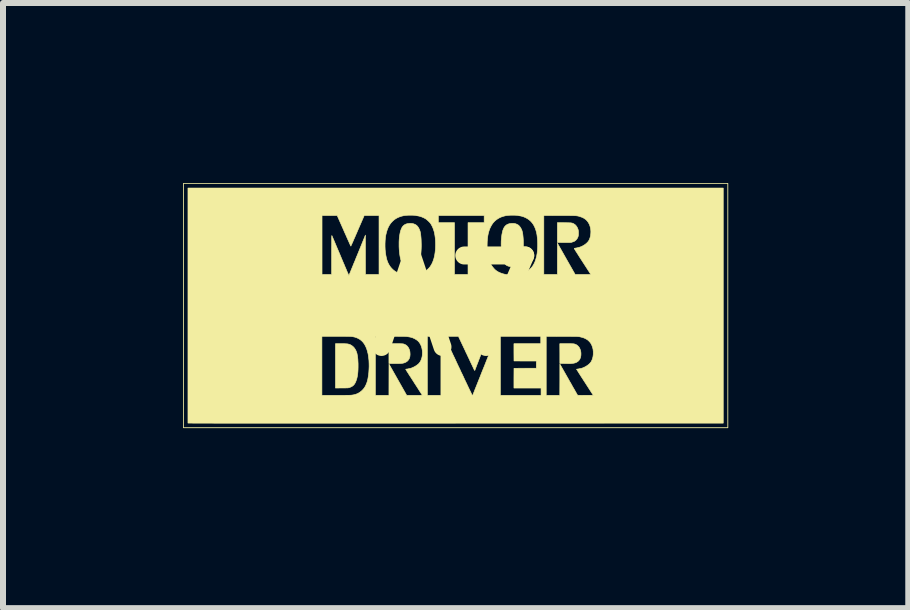
<source format=kicad_pcb>
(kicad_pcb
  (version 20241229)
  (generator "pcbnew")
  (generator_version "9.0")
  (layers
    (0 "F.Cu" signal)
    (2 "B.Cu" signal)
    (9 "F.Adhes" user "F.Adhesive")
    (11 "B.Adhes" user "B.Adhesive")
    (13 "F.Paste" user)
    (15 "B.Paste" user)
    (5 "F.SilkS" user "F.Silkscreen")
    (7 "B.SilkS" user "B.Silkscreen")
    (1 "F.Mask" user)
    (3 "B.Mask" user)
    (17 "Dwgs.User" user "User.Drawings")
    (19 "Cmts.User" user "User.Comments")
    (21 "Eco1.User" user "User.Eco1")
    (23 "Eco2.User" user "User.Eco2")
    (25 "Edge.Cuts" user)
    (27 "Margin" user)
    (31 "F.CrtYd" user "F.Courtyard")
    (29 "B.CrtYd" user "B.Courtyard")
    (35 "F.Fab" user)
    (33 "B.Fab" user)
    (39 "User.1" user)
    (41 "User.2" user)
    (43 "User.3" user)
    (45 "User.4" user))
  (footprint "A7"
    (layer "F.Cu")
    (at 4.541 2.042)
    (property "Reference" "A7" (at 0 0 0) (layer "F.SilkS") (effects (font (size 1.524 1.524) (thickness 0.3))))
    (attr through_hole)
    (fp_poly (pts (xy 4.539 2.037) (xy -4.536 2.037) (xy -4.536 -2.034) (xy -4.533 -2.034) (xy -4.533 2.034) (xy 4.536 2.034) (xy 4.536 -2.034) (xy -4.533 -2.034) (xy -4.536 -2.034) (xy -4.536 -2.037) (xy 4.539 -2.037) (xy 4.539 2.037)) (stroke (width 0.01) (type solid)) (fill yes) (layer "F.SilkS"))
    (fp_poly (pts (xy -0.997 0.635) (xy -0.969 0.635) (xy -0.945 0.635) (xy -0.926 0.635) (xy -0.91 0.636) (xy -0.897 0.636) (xy -0.887 0.637) (xy -0.879 0.637) (xy -0.873 0.638) (xy -0.869 0.639) (xy -0.845 0.647) (xy -0.823 0.66) (xy -0.804 0.676) (xy -0.788 0.697) (xy -0.775 0.721) (xy -0.765 0.748) (xy -0.764 0.75) (xy -0.761 0.766) (xy -0.759 0.784) (xy -0.758 0.804) (xy -0.758 0.823) (xy -0.76 0.841) (xy -0.762 0.856) (xy -0.763 0.858) (xy -0.772 0.884) (xy -0.785 0.906) (xy -0.802 0.925) (xy -0.823 0.94) (xy -0.847 0.952) (xy -0.875 0.96) (xy -0.877 0.96) (xy -0.887 0.962) (xy -0.9 0.963) (xy -0.914 0.965) (xy -0.931 0.965) (xy -0.951 0.966) (xy -0.975 0.966) (xy -1.002 0.966) (xy -1.034 0.966) (xy -1.039 0.966) (xy -1.11 0.965) (xy -1.11 0.635) (xy -0.997 0.635)) (stroke (width 0.01) (type solid)) (fill yes) (layer "F.SilkS"))
    (fp_poly (pts (xy 1.85 0.635) (xy 1.878 0.635) (xy 1.902 0.635) (xy 1.922 0.635) (xy 1.938 0.636) (xy 1.95 0.636) (xy 1.961 0.637) (xy 1.968 0.637) (xy 1.974 0.638) (xy 1.978 0.639) (xy 2.002 0.647) (xy 2.024 0.659) (xy 2.043 0.676) (xy 2.06 0.696) (xy 2.072 0.719) (xy 2.082 0.745) (xy 2.088 0.774) (xy 2.09 0.806) (xy 2.09 0.807) (xy 2.088 0.838) (xy 2.082 0.865) (xy 2.073 0.889) (xy 2.059 0.91) (xy 2.042 0.928) (xy 2.02 0.943) (xy 1.995 0.954) (xy 1.983 0.957) (xy 1.972 0.96) (xy 1.957 0.962) (xy 1.94 0.964) (xy 1.923 0.966) (xy 1.907 0.967) (xy 1.893 0.967) (xy 1.89 0.967) (xy 1.884 0.967) (xy 1.874 0.967) (xy 1.861 0.966) (xy 1.845 0.966) (xy 1.827 0.966) (xy 1.808 0.965) (xy 1.738 0.964) (xy 1.738 0.799) (xy 1.737 0.635) (xy 1.85 0.635)) (stroke (width 0.01) (type solid)) (fill yes) (layer "F.SilkS"))
    (fp_poly (pts (xy 1.81 -1.381) (xy 1.839 -1.381) (xy 1.863 -1.38) (xy 1.883 -1.38) (xy 1.9 -1.379) (xy 1.914 -1.379) (xy 1.925 -1.378) (xy 1.934 -1.376) (xy 1.942 -1.375) (xy 1.949 -1.372) (xy 1.956 -1.37) (xy 1.963 -1.367) (xy 1.97 -1.363) (xy 1.971 -1.362) (xy 1.99 -1.35) (xy 2.007 -1.333) (xy 2.022 -1.312) (xy 2.034 -1.289) (xy 2.043 -1.264) (xy 2.044 -1.261) (xy 2.046 -1.247) (xy 2.048 -1.231) (xy 2.048 -1.212) (xy 2.048 -1.194) (xy 2.047 -1.176) (xy 2.045 -1.162) (xy 2.044 -1.156) (xy 2.035 -1.131) (xy 2.022 -1.11) (xy 2.008 -1.093) (xy 1.995 -1.082) (xy 1.983 -1.073) (xy 1.968 -1.066) (xy 1.95 -1.06) (xy 1.944 -1.058) (xy 1.936 -1.055) (xy 1.929 -1.053) (xy 1.921 -1.052) (xy 1.913 -1.051) (xy 1.902 -1.051) (xy 1.889 -1.05) (xy 1.871 -1.05) (xy 1.871 -1.05) (xy 1.852 -1.05) (xy 1.83 -1.05) (xy 1.807 -1.05) (xy 1.783 -1.05) (xy 1.762 -1.051) (xy 1.758 -1.051) (xy 1.697 -1.052) (xy 1.697 -1.382) (xy 1.81 -1.381)) (stroke (width 0.01) (type solid)) (fill yes) (layer "F.SilkS"))
    (fp_poly (pts (xy -1.882 0.635) (xy -1.858 0.635) (xy -1.837 0.636) (xy -1.82 0.637) (xy -1.805 0.638) (xy -1.792 0.64) (xy -1.781 0.643) (xy -1.77 0.646) (xy -1.76 0.65) (xy -1.754 0.652) (xy -1.731 0.665) (xy -1.709 0.682) (xy -1.689 0.703) (xy -1.672 0.728) (xy -1.657 0.756) (xy -1.646 0.786) (xy -1.642 0.8) (xy -1.637 0.827) (xy -1.632 0.858) (xy -1.628 0.893) (xy -1.626 0.93) (xy -1.624 0.968) (xy -1.624 1.007) (xy -1.624 1.027) (xy -1.625 1.067) (xy -1.627 1.103) (xy -1.63 1.134) (xy -1.634 1.163) (xy -1.639 1.19) (xy -1.645 1.215) (xy -1.647 1.223) (xy -1.658 1.255) (xy -1.669 1.282) (xy -1.682 1.305) (xy -1.697 1.324) (xy -1.715 1.34) (xy -1.735 1.352) (xy -1.758 1.362) (xy -1.77 1.367) (xy -1.775 1.368) (xy -1.78 1.369) (xy -1.785 1.37) (xy -1.791 1.371) (xy -1.799 1.372) (xy -1.809 1.372) (xy -1.821 1.372) (xy -1.836 1.373) (xy -1.855 1.373) (xy -1.878 1.373) (xy -1.895 1.373) (xy -2.001 1.374) (xy -2.001 0.635) (xy -1.911 0.635) (xy -1.882 0.635)) (stroke (width 0.01) (type solid)) (fill yes) (layer "F.SilkS"))
    (fp_poly (pts (xy 0.968 -1.369) (xy 0.984 -1.367) (xy 0.99 -1.366) (xy 1.005 -1.362) (xy 1.021 -1.355) (xy 1.037 -1.347) (xy 1.051 -1.338) (xy 1.057 -1.332) (xy 1.072 -1.315) (xy 1.086 -1.294) (xy 1.099 -1.27) (xy 1.109 -1.244) (xy 1.112 -1.231) (xy 1.117 -1.211) (xy 1.121 -1.186) (xy 1.124 -1.157) (xy 1.127 -1.125) (xy 1.129 -1.091) (xy 1.13 -1.056) (xy 1.13 -1.02) (xy 1.13 -0.983) (xy 1.129 -0.947) (xy 1.128 -0.913) (xy 1.126 -0.88) (xy 1.123 -0.849) (xy 1.119 -0.822) (xy 1.115 -0.799) (xy 1.112 -0.787) (xy 1.104 -0.764) (xy 1.094 -0.74) (xy 1.081 -0.719) (xy 1.068 -0.7) (xy 1.053 -0.684) (xy 1.052 -0.683) (xy 1.037 -0.672) (xy 1.018 -0.662) (xy 0.997 -0.655) (xy 0.985 -0.651) (xy 0.966 -0.649) (xy 0.945 -0.648) (xy 0.925 -0.648) (xy 0.906 -0.65) (xy 0.892 -0.653) (xy 0.867 -0.662) (xy 0.844 -0.674) (xy 0.826 -0.691) (xy 0.81 -0.71) (xy 0.799 -0.734) (xy 0.798 -0.736) (xy 0.791 -0.76) (xy 0.784 -0.788) (xy 0.777 -0.82) (xy 0.772 -0.855) (xy 0.767 -0.892) (xy 0.766 -0.904) (xy 0.762 -0.964) (xy 0.76 -1.022) (xy 0.761 -1.078) (xy 0.766 -1.132) (xy 0.772 -1.182) (xy 0.782 -1.229) (xy 0.788 -1.253) (xy 0.799 -1.281) (xy 0.812 -1.306) (xy 0.828 -1.326) (xy 0.847 -1.343) (xy 0.869 -1.355) (xy 0.894 -1.364) (xy 0.899 -1.365) (xy 0.913 -1.367) (xy 0.931 -1.369) (xy 0.95 -1.369) (xy 0.968 -1.369)) (stroke (width 0.01) (type solid)) (fill yes) (layer "F.SilkS"))
    (fp_poly (pts (xy -0.729 -1.368) (xy -0.714 -1.366) (xy -0.698 -1.362) (xy -0.681 -1.355) (xy -0.664 -1.347) (xy -0.65 -1.337) (xy -0.644 -1.332) (xy -0.629 -1.315) (xy -0.615 -1.294) (xy -0.603 -1.27) (xy -0.593 -1.244) (xy -0.589 -1.231) (xy -0.585 -1.211) (xy -0.581 -1.186) (xy -0.578 -1.157) (xy -0.575 -1.126) (xy -0.573 -1.092) (xy -0.572 -1.057) (xy -0.571 -1.021) (xy -0.571 -0.984) (xy -0.572 -0.949) (xy -0.574 -0.914) (xy -0.576 -0.881) (xy -0.579 -0.851) (xy -0.582 -0.824) (xy -0.586 -0.8) (xy -0.589 -0.787) (xy -0.598 -0.763) (xy -0.608 -0.74) (xy -0.621 -0.718) (xy -0.635 -0.699) (xy -0.649 -0.684) (xy -0.649 -0.683) (xy -0.665 -0.672) (xy -0.684 -0.662) (xy -0.704 -0.655) (xy -0.717 -0.651) (xy -0.736 -0.649) (xy -0.756 -0.648) (xy -0.777 -0.648) (xy -0.796 -0.65) (xy -0.809 -0.653) (xy -0.835 -0.662) (xy -0.857 -0.674) (xy -0.876 -0.69) (xy -0.891 -0.71) (xy -0.897 -0.722) (xy -0.906 -0.743) (xy -0.914 -0.769) (xy -0.921 -0.799) (xy -0.927 -0.832) (xy -0.932 -0.867) (xy -0.936 -0.904) (xy -0.939 -0.943) (xy -0.941 -0.983) (xy -0.941 -1.022) (xy -0.941 -1.061) (xy -0.939 -1.099) (xy -0.936 -1.136) (xy -0.933 -1.157) (xy -0.927 -1.196) (xy -0.92 -1.229) (xy -0.911 -1.259) (xy -0.901 -1.284) (xy -0.89 -1.306) (xy -0.876 -1.324) (xy -0.861 -1.338) (xy -0.844 -1.35) (xy -0.824 -1.359) (xy -0.803 -1.365) (xy -0.787 -1.367) (xy -0.768 -1.369) (xy -0.748 -1.369) (xy -0.729 -1.368)) (stroke (width 0.01) (type solid)) (fill yes) (layer "F.SilkS"))
    (fp_poly (pts (xy 4.461 1.959) (xy 0.002 1.96) (xy -0.186 1.96) (xy -0.369 1.96) (xy -0.547 1.96) (xy -0.72 1.96) (xy -0.888 1.96) (xy -1.051 1.96) (xy -1.21 1.96) (xy -1.364 1.96) (xy -1.513 1.96) (xy -1.658 1.96) (xy -1.799 1.96) (xy -1.935 1.96) (xy -2.066 1.96) (xy -2.194 1.96) (xy -2.317 1.96) (xy -2.436 1.96) (xy -2.55 1.96) (xy -2.661 1.96) (xy -2.768 1.96) (xy -2.871 1.96) (xy -2.97 1.96) (xy -3.065 1.96) (xy -3.156 1.96) (xy -3.244 1.96) (xy -3.328 1.96) (xy -3.408 1.96) (xy -3.485 1.96) (xy -3.559 1.96) (xy -3.629 1.96) (xy -3.695 1.96) (xy -3.759 1.96) (xy -3.819 1.96) (xy -3.876 1.96) (xy -3.93 1.96) (xy -3.981 1.96) (xy -4.029 1.96) (xy -4.075 1.959) (xy -4.117 1.959) (xy -4.156 1.959) (xy -4.193 1.959) (xy -4.227 1.959) (xy -4.259 1.959) (xy -4.287 1.959) (xy -4.314 1.959) (xy -4.338 1.959) (xy -4.359 1.959) (xy -4.379 1.959) (xy -4.396 1.958) (xy -4.411 1.958) (xy -4.423 1.958) (xy -4.434 1.958) (xy -4.443 1.958) (xy -4.45 1.958) (xy -4.454 1.958) (xy -4.457 1.958) (xy -4.459 1.958) (xy -4.459 1.958) (xy -4.459 1.955) (xy -4.459 1.947) (xy -4.459 1.935) (xy -4.459 1.918) (xy -4.459 1.896) (xy -4.459 1.87) (xy -4.459 1.839) (xy -4.459 1.804) (xy -4.459 1.765) (xy -4.459 1.722) (xy -4.459 1.676) (xy -4.459 1.625) (xy -4.459 1.571) (xy -4.459 1.514) (xy -4.459 1.496) (xy -2.227 1.496) (xy -1.991 1.496) (xy -1.948 1.496) (xy -1.911 1.496) (xy -1.878 1.496) (xy -1.85 1.496) (xy -1.825 1.495) (xy -1.803 1.495) (xy -1.785 1.495) (xy -1.77 1.495) (xy -1.757 1.494) (xy -1.747 1.494) (xy -1.739 1.493) (xy -1.732 1.493) (xy -1.727 1.492) (xy -1.692 1.486) (xy -1.66 1.477) (xy -1.63 1.465) (xy -1.602 1.449) (xy -1.593 1.443) (xy -1.566 1.422) (xy -1.543 1.399) (xy -1.522 1.374) (xy -1.504 1.345) (xy -1.489 1.313) (xy -1.475 1.277) (xy -1.464 1.237) (xy -1.457 1.2) (xy -1.45 1.156) (xy -1.445 1.109) (xy -1.442 1.06) (xy -1.44 1.011) (xy -1.441 0.962) (xy -1.443 0.914) (xy -1.448 0.868) (xy -1.454 0.825) (xy -1.458 0.803) (xy -1.47 0.756) (xy -1.483 0.714) (xy -1.5 0.676) (xy -1.518 0.643) (xy -1.54 0.613) (xy -1.564 0.588) (xy -1.591 0.566) (xy -1.621 0.548) (xy -1.653 0.534) (xy -1.685 0.524) (xy -1.692 0.523) (xy -1.7 0.521) (xy -1.707 0.52) (xy -1.715 0.518) (xy -1.723 0.517) (xy -1.733 0.516) (xy -1.744 0.515) (xy -1.757 0.515) (xy -1.772 0.514) (xy -1.789 0.514) (xy -1.809 0.514) (xy -1.833 0.513) (xy -1.859 0.513) (xy -1.89 0.513) (xy -1.925 0.513) (xy -1.965 0.513) (xy -1.991 0.513) (xy -2.227 0.513) (xy -1.336 0.513) (xy -1.336 1.496) (xy -1.11 1.496) (xy -1.109 0.975) (xy -0.961 1.236) (xy -0.814 1.496) (xy -0.684 1.496) (xy -0.659 1.496) (xy -0.635 1.496) (xy -0.614 1.496) (xy -0.595 1.496) (xy -0.579 1.495) (xy -0.566 1.495) (xy -0.558 1.495) (xy -0.554 1.495) (xy -0.554 1.495) (xy -0.555 1.492) (xy -0.559 1.486) (xy -0.565 1.476) (xy -0.574 1.463) (xy -0.584 1.446) (xy -0.597 1.427) (xy -0.611 1.405) (xy -0.626 1.381) (xy -0.643 1.355) (xy -0.661 1.327) (xy -0.68 1.298) (xy -0.692 1.279) (xy -0.711 1.249) (xy -0.73 1.22) (xy -0.747 1.193) (xy -0.764 1.168) (xy -0.779 1.144) (xy -0.792 1.123) (xy -0.804 1.105) (xy -0.814 1.089) (xy -0.821 1.077) (xy -0.827 1.068) (xy -0.83 1.063) (xy -0.83 1.062) (xy -0.828 1.06) (xy -0.823 1.059) (xy -0.822 1.059) (xy -0.814 1.058) (xy -0.803 1.057) (xy -0.789 1.054) (xy -0.774 1.051) (xy -0.759 1.047) (xy -0.745 1.044) (xy -0.734 1.041) (xy -0.733 1.04) (xy -0.706 1.029) (xy -0.677 1.014) (xy -0.65 0.997) (xy -0.625 0.978) (xy -0.619 0.973) (xy -0.601 0.953) (xy -0.585 0.93) (xy -0.573 0.903) (xy -0.563 0.875) (xy -0.556 0.844) (xy -0.553 0.812) (xy -0.552 0.78) (xy -0.554 0.747) (xy -0.56 0.715) (xy -0.568 0.684) (xy -0.58 0.655) (xy -0.595 0.628) (xy -0.606 0.612) (xy -0.627 0.589) (xy -0.653 0.569) (xy -0.682 0.552) (xy -0.715 0.537) (xy -0.752 0.526) (xy -0.792 0.519) (xy -0.815 0.516) (xy -0.822 0.515) (xy -0.835 0.515) (xy -0.851 0.514) (xy -0.873 0.514) (xy -0.898 0.514) (xy -0.928 0.514) (xy -0.962 0.513) (xy -0.999 0.513) (xy -1.039 0.513) (xy -1.083 0.513) (xy -0.47 0.513) (xy -0.47 1.496) (xy -0.244 1.496) (xy -0.244 0.515) (xy -0.185 0.515) (xy -0.184 0.518) (xy -0.181 0.525) (xy -0.175 0.536) (xy -0.168 0.551) (xy -0.16 0.569) (xy -0.149 0.592) (xy -0.137 0.617) (xy -0.124 0.646) (xy -0.109 0.678) (xy -0.093 0.712) (xy -0.075 0.749) (xy -0.057 0.788) (xy -0.038 0.829) (xy -0.017 0.872) (xy 0.004 0.917) (xy 0.025 0.963) (xy 0.047 1.01) (xy 0.048 1.012) (xy 0.071 1.059) (xy 0.092 1.106) (xy 0.114 1.15) (xy 0.134 1.193) (xy 0.153 1.235) (xy 0.172 1.274) (xy 0.189 1.31) (xy 0.205 1.344) (xy 0.22 1.376) (xy 0.234 1.404) (xy 0.246 1.429) (xy 0.257 1.451) (xy 0.265 1.469) (xy 0.272 1.484) (xy 0.278 1.495) (xy 0.281 1.501) (xy 0.282 1.503) (xy 0.283 1.5) (xy 0.286 1.493) (xy 0.291 1.482) (xy 0.297 1.466) (xy 0.305 1.447) (xy 0.314 1.424) (xy 0.324 1.398) (xy 0.336 1.368) (xy 0.349 1.336) (xy 0.363 1.301) (xy 0.378 1.263) (xy 0.394 1.223) (xy 0.411 1.181) (xy 0.428 1.137) (xy 0.446 1.092) (xy 0.465 1.045) (xy 0.479 1.011) (xy 0.498 0.963) (xy 0.516 0.917) (xy 0.534 0.872) (xy 0.552 0.828) (xy 0.568 0.787) (xy 0.584 0.747) (xy 0.598 0.71) (xy 0.612 0.676) (xy 0.625 0.644) (xy 0.636 0.615) (xy 0.646 0.59) (xy 0.655 0.568) (xy 0.662 0.55) (xy 0.668 0.535) (xy 0.672 0.525) (xy 0.674 0.519) (xy 0.675 0.517) (xy 0.675 0.516) (xy 0.674 0.515) (xy 0.672 0.514) (xy 0.667 0.514) (xy 0.66 0.513) (xy 0.649 0.513) (xy 0.635 0.513) (xy 0.617 0.513) (xy 0.607 0.513) (xy 0.537 0.513) (xy 0.431 0.793) (xy 0.417 0.829) (xy 0.404 0.864) (xy 0.391 0.897) (xy 0.379 0.929) (xy 0.368 0.958) (xy 0.357 0.985) (xy 0.348 1.009) (xy 0.34 1.03) (xy 0.333 1.048) (xy 0.328 1.062) (xy 0.324 1.072) (xy 0.322 1.078) (xy 0.321 1.079) (xy 0.32 1.081) (xy 0.319 1.081) (xy 0.317 1.079) (xy 0.314 1.074) (xy 0.309 1.065) (xy 0.303 1.052) (xy 0.303 1.052) (xy 0.3 1.046) (xy 0.295 1.035) (xy 0.288 1.02) (xy 0.279 1.001) (xy 0.269 0.98) (xy 0.257 0.955) (xy 0.244 0.928) (xy 0.231 0.899) (xy 0.216 0.868) (xy 0.201 0.836) (xy 0.185 0.802) (xy 0.168 0.768) (xy 0.168 0.766) (xy 0.048 0.513) (xy 0.747 0.513) (xy 0.747 1.496) (xy 1.425 1.496) (xy 1.511 1.496) (xy 1.737 1.496) (xy 1.738 1.235) (xy 1.738 0.974) (xy 1.884 1.231) (xy 1.903 1.265) (xy 1.922 1.297) (xy 1.939 1.328) (xy 1.955 1.357) (xy 1.971 1.384) (xy 1.985 1.408) (xy 1.997 1.43) (xy 2.008 1.449) (xy 2.017 1.465) (xy 2.024 1.478) (xy 2.03 1.487) (xy 2.032 1.491) (xy 2.033 1.492) (xy 2.034 1.493) (xy 2.037 1.494) (xy 2.041 1.494) (xy 2.047 1.495) (xy 2.056 1.495) (xy 2.067 1.495) (xy 2.082 1.495) (xy 2.101 1.496) (xy 2.123 1.495) (xy 2.151 1.495) (xy 2.165 1.495) (xy 2.295 1.495) (xy 2.156 1.279) (xy 2.136 1.249) (xy 2.118 1.22) (xy 2.1 1.193) (xy 2.084 1.168) (xy 2.069 1.144) (xy 2.055 1.123) (xy 2.044 1.104) (xy 2.034 1.089) (xy 2.026 1.076) (xy 2.02 1.068) (xy 2.017 1.063) (xy 2.017 1.061) (xy 2.019 1.06) (xy 2.024 1.059) (xy 2.024 1.059) (xy 2.031 1.058) (xy 2.042 1.057) (xy 2.055 1.054) (xy 2.07 1.051) (xy 2.085 1.048) (xy 2.098 1.045) (xy 2.11 1.042) (xy 2.115 1.04) (xy 2.139 1.03) (xy 2.164 1.018) (xy 2.188 1.003) (xy 2.211 0.987) (xy 2.231 0.97) (xy 2.247 0.952) (xy 2.26 0.935) (xy 2.261 0.933) (xy 2.274 0.906) (xy 2.284 0.878) (xy 2.291 0.847) (xy 2.295 0.812) (xy 2.295 0.805) (xy 2.295 0.765) (xy 2.291 0.727) (xy 2.282 0.692) (xy 2.27 0.66) (xy 2.255 0.631) (xy 2.235 0.605) (xy 2.212 0.582) (xy 2.193 0.567) (xy 2.168 0.553) (xy 2.143 0.541) (xy 2.114 0.531) (xy 2.082 0.523) (xy 2.069 0.52) (xy 2.064 0.519) (xy 2.059 0.518) (xy 2.055 0.518) (xy 2.049 0.517) (xy 2.043 0.517) (xy 2.035 0.516) (xy 2.026 0.516) (xy 2.016 0.515) (xy 2.002 0.515) (xy 1.987 0.515) (xy 1.969 0.515) (xy 1.947 0.515) (xy 1.922 0.514) (xy 1.893 0.514) (xy 1.861 0.514) (xy 1.823 0.514) (xy 1.781 0.514) (xy 1.776 0.514) (xy 1.511 0.513) (xy 1.511 1.496) (xy 1.425 1.496) (xy 1.425 1.374) (xy 0.973 1.374) (xy 0.973 1.21) (xy 0.974 1.045) (xy 1.16 1.044) (xy 1.346 1.044) (xy 1.346 0.924) (xy 1.16 0.924) (xy 0.974 0.923) (xy 0.973 0.779) (xy 0.973 0.635) (xy 1.42 0.635) (xy 1.42 0.513) (xy 0.747 0.513) (xy 0.048 0.513) (xy -0.069 0.513) (xy -0.093 0.513) (xy -0.115 0.513) (xy -0.135 0.513) (xy -0.152 0.514) (xy -0.166 0.514) (xy -0.177 0.514) (xy -0.183 0.515) (xy -0.185 0.515) (xy -0.244 0.515) (xy -0.244 0.513) (xy -0.47 0.513) (xy -1.083 0.513) (xy -1.336 0.513) (xy -2.227 0.513) (xy -2.227 1.496) (xy -4.459 1.496) (xy -4.459 1.453) (xy -4.459 1.389) (xy -4.459 1.321) (xy -4.459 1.251) (xy -4.459 1.178) (xy -4.459 1.102) (xy -4.459 1.024) (xy -4.459 0.943) (xy -4.459 0.859) (xy -4.459 0.774) (xy -4.459 0.686) (xy -4.459 0.596) (xy -4.459 0.504) (xy -4.459 0.411) (xy -4.459 0.316) (xy -4.459 0.219) (xy -4.459 0.121) (xy -4.459 0.022) (xy -4.459 -0.003) (xy -4.459 -1.501) (xy -2.225 -1.501) (xy -2.225 -0.518) (xy -2.065 -0.518) (xy -2.065 -0.846) (xy -2.065 -0.894) (xy -2.065 -0.937) (xy -2.065 -0.975) (xy -2.064 -1.008) (xy -2.064 -1.038) (xy -2.064 -1.064) (xy -2.064 -1.086) (xy -2.064 -1.105) (xy -2.064 -1.121) (xy -2.064 -1.134) (xy -2.064 -1.144) (xy -2.063 -1.153) (xy -2.063 -1.159) (xy -2.063 -1.163) (xy -2.062 -1.165) (xy -2.062 -1.167) (xy -2.061 -1.167) (xy -2.061 -1.166) (xy -2.06 -1.165) (xy -2.06 -1.164) (xy -2.058 -1.161) (xy -2.055 -1.153) (xy -2.05 -1.141) (xy -2.043 -1.125) (xy -2.035 -1.106) (xy -2.025 -1.083) (xy -2.014 -1.057) (xy -2.002 -1.028) (xy -1.989 -0.997) (xy -1.975 -0.964) (xy -1.96 -0.929) (xy -1.944 -0.892) (xy -1.928 -0.854) (xy -1.917 -0.827) (xy -1.901 -0.789) (xy -1.885 -0.751) (xy -1.87 -0.715) (xy -1.855 -0.681) (xy -1.842 -0.649) (xy -1.829 -0.62) (xy -1.818 -0.593) (xy -1.808 -0.569) (xy -1.799 -0.548) (xy -1.791 -0.531) (xy -1.785 -0.517) (xy -1.781 -0.507) (xy -1.778 -0.502) (xy -1.778 -0.5) (xy -1.777 -0.503) (xy -1.774 -0.509) (xy -1.769 -0.52) (xy -1.763 -0.535) (xy -1.755 -0.554) (xy -1.746 -0.576) (xy -1.736 -0.601) (xy -1.725 -0.628) (xy -1.712 -0.659) (xy -1.699 -0.692) (xy -1.684 -0.727) (xy -1.669 -0.763) (xy -1.654 -0.802) (xy -1.639 -0.837) (xy -1.502 -1.174) (xy -1.502 -0.846) (xy -1.501 -0.518) (xy -1.275 -0.518) (xy -1.275 -1.032) (xy -1.175 -1.032) (xy -1.175 -0.982) (xy -1.173 -0.932) (xy -1.168 -0.883) (xy -1.161 -0.836) (xy -1.152 -0.792) (xy -1.143 -0.758) (xy -1.129 -0.72) (xy -1.111 -0.684) (xy -1.09 -0.651) (xy -1.065 -0.621) (xy -1.038 -0.595) (xy -1.009 -0.572) (xy -0.977 -0.554) (xy -0.97 -0.55) (xy -0.941 -0.539) (xy -0.909 -0.529) (xy -0.875 -0.521) (xy -0.841 -0.515) (xy -0.828 -0.513) (xy -0.812 -0.512) (xy -0.792 -0.511) (xy -0.771 -0.511) (xy -0.748 -0.511) (xy -0.727 -0.511) (xy -0.707 -0.512) (xy -0.692 -0.513) (xy -0.658 -0.518) (xy -0.624 -0.524) (xy -0.591 -0.533) (xy -0.561 -0.543) (xy -0.535 -0.554) (xy -0.534 -0.555) (xy -0.51 -0.568) (xy -0.487 -0.585) (xy -0.464 -0.605) (xy -0.443 -0.626) (xy -0.424 -0.648) (xy -0.416 -0.66) (xy -0.394 -0.697) (xy -0.376 -0.738) (xy -0.361 -0.783) (xy -0.349 -0.831) (xy -0.341 -0.884) (xy -0.335 -0.94) (xy -0.333 -1) (xy -0.333 -1.014) (xy -0.334 -1.073) (xy -0.338 -1.127) (xy -0.345 -1.177) (xy -0.354 -1.224) (xy -0.367 -1.266) (xy -0.382 -1.306) (xy -0.4 -1.341) (xy -0.411 -1.36) (xy -0.421 -1.374) (xy -0.434 -1.389) (xy -0.45 -1.405) (xy -0.466 -1.42) (xy -0.482 -1.433) (xy -0.496 -1.444) (xy -0.528 -1.462) (xy -0.563 -1.477) (xy -0.601 -1.489) (xy -0.643 -1.498) (xy -0.666 -1.501) (xy -0.287 -1.501) (xy -0.287 -1.382) (xy -0.018 -1.382) (xy -0.018 -0.518) (xy 0.208 -0.518) (xy 0.208 -0.993) (xy 0.526 -0.993) (xy 0.528 -0.947) (xy 0.532 -0.902) (xy 0.537 -0.858) (xy 0.544 -0.817) (xy 0.554 -0.778) (xy 0.564 -0.743) (xy 0.576 -0.712) (xy 0.578 -0.709) (xy 0.593 -0.681) (xy 0.611 -0.653) (xy 0.632 -0.627) (xy 0.653 -0.603) (xy 0.676 -0.584) (xy 0.684 -0.578) (xy 0.713 -0.56) (xy 0.746 -0.545) (xy 0.782 -0.532) (xy 0.82 -0.522) (xy 0.86 -0.515) (xy 0.874 -0.513) (xy 0.89 -0.512) (xy 0.909 -0.511) (xy 0.931 -0.511) (xy 0.953 -0.511) (xy 0.975 -0.511) (xy 0.994 -0.512) (xy 1.01 -0.513) (xy 1.042 -0.517) (xy 1.046 -0.518) (xy 1.471 -0.518) (xy 1.697 -0.518) (xy 1.697 -0.779) (xy 1.698 -1.039) (xy 1.845 -0.779) (xy 1.993 -0.519) (xy 2.123 -0.519) (xy 2.153 -0.519) (xy 2.178 -0.519) (xy 2.199 -0.519) (xy 2.216 -0.519) (xy 2.229 -0.519) (xy 2.239 -0.519) (xy 2.246 -0.52) (xy 2.25 -0.52) (xy 2.252 -0.521) (xy 2.252 -0.521) (xy 2.251 -0.524) (xy 2.246 -0.53) (xy 2.24 -0.541) (xy 2.231 -0.554) (xy 2.221 -0.571) (xy 2.208 -0.59) (xy 2.194 -0.612) (xy 2.178 -0.637) (xy 2.161 -0.663) (xy 2.143 -0.691) (xy 2.124 -0.72) (xy 2.112 -0.739) (xy 2.089 -0.774) (xy 2.069 -0.805) (xy 2.052 -0.832) (xy 2.037 -0.856) (xy 2.024 -0.876) (xy 2.013 -0.894) (xy 2.003 -0.908) (xy 1.996 -0.92) (xy 1.99 -0.93) (xy 1.985 -0.938) (xy 1.982 -0.943) (xy 1.98 -0.948) (xy 1.979 -0.951) (xy 1.978 -0.953) (xy 1.979 -0.954) (xy 1.98 -0.954) (xy 1.98 -0.954) (xy 1.992 -0.956) (xy 2.007 -0.959) (xy 2.024 -0.962) (xy 2.041 -0.966) (xy 2.057 -0.97) (xy 2.07 -0.974) (xy 2.077 -0.976) (xy 2.106 -0.988) (xy 2.134 -1.003) (xy 2.16 -1.02) (xy 2.183 -1.039) (xy 2.203 -1.059) (xy 2.217 -1.077) (xy 2.231 -1.102) (xy 2.241 -1.131) (xy 2.249 -1.162) (xy 2.253 -1.195) (xy 2.255 -1.229) (xy 2.253 -1.263) (xy 2.248 -1.296) (xy 2.239 -1.328) (xy 2.228 -1.358) (xy 2.226 -1.36) (xy 2.21 -1.388) (xy 2.191 -1.413) (xy 2.169 -1.435) (xy 2.143 -1.453) (xy 2.113 -1.469) (xy 2.078 -1.481) (xy 2.069 -1.484) (xy 2.061 -1.487) (xy 2.053 -1.489) (xy 2.046 -1.491) (xy 2.039 -1.492) (xy 2.032 -1.494) (xy 2.025 -1.495) (xy 2.016 -1.496) (xy 2.006 -1.497) (xy 1.995 -1.498) (xy 1.982 -1.498) (xy 1.966 -1.499) (xy 1.948 -1.499) (xy 1.927 -1.499) (xy 1.903 -1.5) (xy 1.876 -1.5) (xy 1.844 -1.5) (xy 1.808 -1.5) (xy 1.768 -1.5) (xy 1.735 -1.5) (xy 1.471 -1.501) (xy 1.471 -0.518) (xy 1.046 -0.518) (xy 1.075 -0.524) (xy 1.106 -0.532) (xy 1.135 -0.541) (xy 1.16 -0.551) (xy 1.167 -0.554) (xy 1.189 -0.567) (xy 1.211 -0.583) (xy 1.233 -0.601) (xy 1.254 -0.621) (xy 1.272 -0.641) (xy 1.286 -0.66) (xy 1.307 -0.696) (xy 1.325 -0.735) (xy 1.339 -0.777) (xy 1.351 -0.823) (xy 1.36 -0.872) (xy 1.365 -0.925) (xy 1.368 -0.982) (xy 1.368 -1.041) (xy 1.366 -1.091) (xy 1.362 -1.136) (xy 1.357 -1.178) (xy 1.35 -1.216) (xy 1.34 -1.251) (xy 1.329 -1.284) (xy 1.316 -1.314) (xy 1.303 -1.339) (xy 1.29 -1.36) (xy 1.276 -1.379) (xy 1.259 -1.398) (xy 1.254 -1.404) (xy 1.227 -1.428) (xy 1.198 -1.448) (xy 1.167 -1.465) (xy 1.132 -1.48) (xy 1.095 -1.491) (xy 1.054 -1.499) (xy 1.015 -1.504) (xy 0.997 -1.505) (xy 0.975 -1.506) (xy 0.951 -1.506) (xy 0.927 -1.506) (xy 0.903 -1.505) (xy 0.88 -1.503) (xy 0.86 -1.501) (xy 0.844 -1.499) (xy 0.841 -1.499) (xy 0.797 -1.488) (xy 0.756 -1.474) (xy 0.719 -1.456) (xy 0.685 -1.434) (xy 0.654 -1.408) (xy 0.627 -1.379) (xy 0.603 -1.345) (xy 0.583 -1.308) (xy 0.57 -1.28) (xy 0.557 -1.243) (xy 0.546 -1.204) (xy 0.538 -1.163) (xy 0.532 -1.118) (xy 0.528 -1.069) (xy 0.527 -1.04) (xy 0.526 -0.993) (xy 0.208 -0.993) (xy 0.208 -1.382) (xy 0.477 -1.382) (xy 0.477 -1.501) (xy -0.287 -1.501) (xy -0.666 -1.501) (xy -0.686 -1.504) (xy -0.705 -1.505) (xy -0.727 -1.506) (xy -0.75 -1.506) (xy -0.775 -1.506) (xy -0.799 -1.505) (xy -0.822 -1.503) (xy -0.842 -1.501) (xy -0.858 -1.499) (xy -0.86 -1.499) (xy -0.905 -1.488) (xy -0.945 -1.474) (xy -0.983 -1.456) (xy -1.017 -1.434) (xy -1.047 -1.408) (xy -1.075 -1.378) (xy -1.099 -1.345) (xy -1.12 -1.307) (xy -1.137 -1.266) (xy -1.151 -1.221) (xy -1.162 -1.175) (xy -1.169 -1.129) (xy -1.173 -1.082) (xy -1.175 -1.032) (xy -1.275 -1.032) (xy -1.275 -1.501) (xy -1.399 -1.5) (xy -1.522 -1.5) (xy -1.633 -1.245) (xy -1.647 -1.211) (xy -1.662 -1.178) (xy -1.675 -1.147) (xy -1.688 -1.118) (xy -1.7 -1.091) (xy -1.71 -1.067) (xy -1.72 -1.045) (xy -1.728 -1.027) (xy -1.735 -1.012) (xy -1.74 -1.001) (xy -1.743 -0.993) (xy -1.745 -0.991) (xy -1.745 -0.991) (xy -1.746 -0.993) (xy -1.749 -0.999) (xy -1.754 -1.01) (xy -1.761 -1.024) (xy -1.769 -1.042) (xy -1.778 -1.063) (xy -1.789 -1.087) (xy -1.801 -1.114) (xy -1.814 -1.143) (xy -1.827 -1.173) (xy -1.842 -1.206) (xy -1.857 -1.239) (xy -1.859 -1.245) (xy -1.972 -1.5) (xy -2.225 -1.501) (xy -4.459 -1.501) (xy -4.459 -1.959) (xy 4.461 -1.959) (xy 4.461 1.959)) (stroke (width 0.01) (type solid)) (fill yes) (layer "F.SilkS")))
  (gr_rect
    (start -3 -3)
    (end 12.085 7.084)
    (stroke (width 0.1) (type default))
    (fill no)
    (layer "Edge.Cuts")))
</source>
